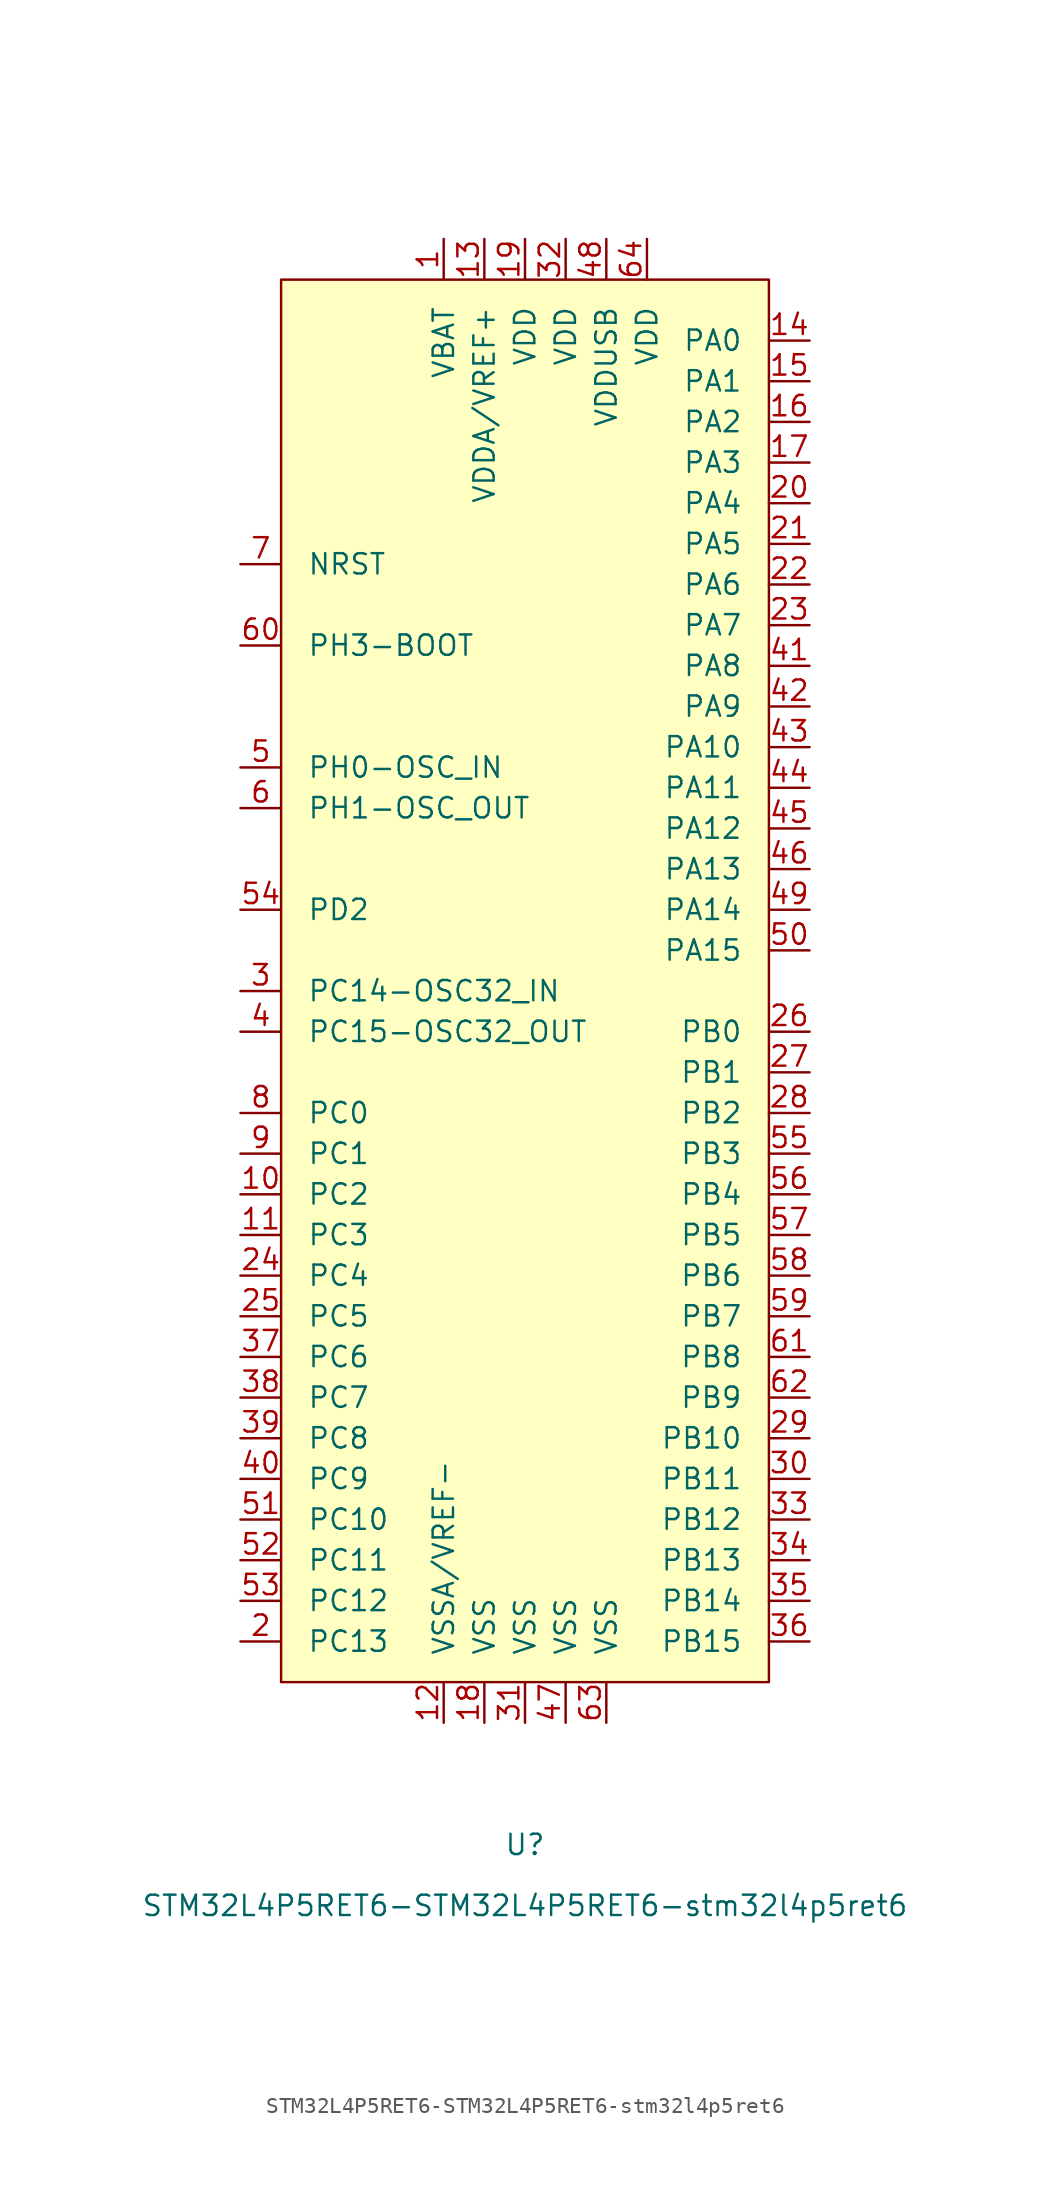
<source format=kicad_sym>
(kicad_symbol_lib
  (version 20231120)
  (generator "kicad_symbol_editor")
  (generator_version "8.0")
  (symbol "STM32L4P5RET6-STM32L4P5RET6-stm32l4p5ret6"
    (pin_names
      (offset 1.626))
    (property "Reference" "U"
      (at 0 -55.88 0)
      (effects (font (size 1.27 1.27))))
    (property "Value" "STM32L4P5RET6-STM32L4P5RET6-stm32l4p5ret6"
      (at 0 -59.69 0)
      (effects (font (size 1.27 1.27))))
    (symbol "STM32L4P5RET6-STM32L4P5RET6-stm32l4p5ret6_0_0"
      (pin power_in line (at -5.08 44.45 270) (length 2.54) (name "VBAT" (effects (font (size 1.27 1.27)))) (number "1" (effects (font (size 1.27 1.27)))))
      (pin bidirectional line (at -17.78 -15.24 0) (length 2.54) (name "PC2" (effects (font (size 1.27 1.27)))) (number "10" (effects (font (size 1.27 1.27)))))
      (pin bidirectional line (at -17.78 -17.78 0) (length 2.54) (name "PC3" (effects (font (size 1.27 1.27)))) (number "11" (effects (font (size 1.27 1.27)))))
      (pin power_in line (at -5.08 -48.26 90) (length 2.54) (name "VSSA/VREF-" (effects (font (size 1.27 1.27)))) (number "12" (effects (font (size 1.27 1.27)))))
      (pin power_in line (at -2.54 44.45 270) (length 2.54) (name "VDDA/VREF+" (effects (font (size 1.27 1.27)))) (number "13" (effects (font (size 1.27 1.27)))))
      (pin bidirectional line (at 17.78 38.1 180) (length 2.54) (name "PA0" (effects (font (size 1.27 1.27)))) (number "14" (effects (font (size 1.27 1.27)))))
      (pin bidirectional line (at 17.78 35.56 180) (length 2.54) (name "PA1" (effects (font (size 1.27 1.27)))) (number "15" (effects (font (size 1.27 1.27)))))
      (pin bidirectional line (at 17.78 33.02 180) (length 2.54) (name "PA2" (effects (font (size 1.27 1.27)))) (number "16" (effects (font (size 1.27 1.27)))))
      (pin bidirectional line (at 17.78 30.48 180) (length 2.54) (name "PA3" (effects (font (size 1.27 1.27)))) (number "17" (effects (font (size 1.27 1.27)))))
      (pin power_in line (at -2.54 -48.26 90) (length 2.54) (name "VSS" (effects (font (size 1.27 1.27)))) (number "18" (effects (font (size 1.27 1.27)))))
      (pin power_in line (at 0 44.45 270) (length 2.54) (name "VDD" (effects (font (size 1.27 1.27)))) (number "19" (effects (font (size 1.27 1.27)))))
      (pin bidirectional line (at -17.78 -43.18 0) (length 2.54) (name "PC13" (effects (font (size 1.27 1.27)))) (number "2" (effects (font (size 1.27 1.27)))))
      (pin bidirectional line (at 17.78 27.94 180) (length 2.54) (name "PA4" (effects (font (size 1.27 1.27)))) (number "20" (effects (font (size 1.27 1.27)))))
      (pin bidirectional line (at 17.78 25.4 180) (length 2.54) (name "PA5" (effects (font (size 1.27 1.27)))) (number "21" (effects (font (size 1.27 1.27)))))
      (pin bidirectional line (at 17.78 22.86 180) (length 2.54) (name "PA6" (effects (font (size 1.27 1.27)))) (number "22" (effects (font (size 1.27 1.27)))))
      (pin bidirectional line (at 17.78 20.32 180) (length 2.54) (name "PA7" (effects (font (size 1.27 1.27)))) (number "23" (effects (font (size 1.27 1.27)))))
      (pin bidirectional line (at -17.78 -20.32 0) (length 2.54) (name "PC4" (effects (font (size 1.27 1.27)))) (number "24" (effects (font (size 1.27 1.27)))))
      (pin bidirectional line (at -17.78 -22.86 0) (length 2.54) (name "PC5" (effects (font (size 1.27 1.27)))) (number "25" (effects (font (size 1.27 1.27)))))
      (pin bidirectional line (at 17.78 -5.08 180) (length 2.54) (name "PB0" (effects (font (size 1.27 1.27)))) (number "26" (effects (font (size 1.27 1.27)))))
      (pin bidirectional line (at 17.78 -7.62 180) (length 2.54) (name "PB1" (effects (font (size 1.27 1.27)))) (number "27" (effects (font (size 1.27 1.27)))))
      (pin bidirectional line (at 17.78 -10.16 180) (length 2.54) (name "PB2" (effects (font (size 1.27 1.27)))) (number "28" (effects (font (size 1.27 1.27)))))
      (pin bidirectional line (at 17.78 -30.48 180) (length 2.54) (name "PB10" (effects (font (size 1.27 1.27)))) (number "29" (effects (font (size 1.27 1.27)))))
      (pin bidirectional line (at -17.78 -2.54 0) (length 2.54) (name "PC14-OSC32_IN" (effects (font (size 1.27 1.27)))) (number "3" (effects (font (size 1.27 1.27)))))
      (pin bidirectional line (at 17.78 -33.02 180) (length 2.54) (name "PB11" (effects (font (size 1.27 1.27)))) (number "30" (effects (font (size 1.27 1.27)))))
      (pin power_in line (at 0 -48.26 90) (length 2.54) (name "VSS" (effects (font (size 1.27 1.27)))) (number "31" (effects (font (size 1.27 1.27)))))
      (pin power_in line (at 2.54 44.45 270) (length 2.54) (name "VDD" (effects (font (size 1.27 1.27)))) (number "32" (effects (font (size 1.27 1.27)))))
      (pin bidirectional line (at 17.78 -35.56 180) (length 2.54) (name "PB12" (effects (font (size 1.27 1.27)))) (number "33" (effects (font (size 1.27 1.27)))))
      (pin bidirectional line (at 17.78 -38.1 180) (length 2.54) (name "PB13" (effects (font (size 1.27 1.27)))) (number "34" (effects (font (size 1.27 1.27)))))
      (pin bidirectional line (at 17.78 -40.64 180) (length 2.54) (name "PB14" (effects (font (size 1.27 1.27)))) (number "35" (effects (font (size 1.27 1.27)))))
      (pin bidirectional line (at 17.78 -43.18 180) (length 2.54) (name "PB15" (effects (font (size 1.27 1.27)))) (number "36" (effects (font (size 1.27 1.27)))))
      (pin bidirectional line (at -17.78 -25.4 0) (length 2.54) (name "PC6" (effects (font (size 1.27 1.27)))) (number "37" (effects (font (size 1.27 1.27)))))
      (pin bidirectional line (at -17.78 -27.94 0) (length 2.54) (name "PC7" (effects (font (size 1.27 1.27)))) (number "38" (effects (font (size 1.27 1.27)))))
      (pin bidirectional line (at -17.78 -30.48 0) (length 2.54) (name "PC8" (effects (font (size 1.27 1.27)))) (number "39" (effects (font (size 1.27 1.27)))))
      (pin bidirectional line (at -17.78 -5.08 0) (length 2.54) (name "PC15-OSC32_OUT" (effects (font (size 1.27 1.27)))) (number "4" (effects (font (size 1.27 1.27)))))
      (pin bidirectional line (at -17.78 -33.02 0) (length 2.54) (name "PC9" (effects (font (size 1.27 1.27)))) (number "40" (effects (font (size 1.27 1.27)))))
      (pin bidirectional line (at 17.78 17.78 180) (length 2.54) (name "PA8" (effects (font (size 1.27 1.27)))) (number "41" (effects (font (size 1.27 1.27)))))
      (pin bidirectional line (at 17.78 15.24 180) (length 2.54) (name "PA9" (effects (font (size 1.27 1.27)))) (number "42" (effects (font (size 1.27 1.27)))))
      (pin bidirectional line (at 17.78 12.7 180) (length 2.54) (name "PA10" (effects (font (size 1.27 1.27)))) (number "43" (effects (font (size 1.27 1.27)))))
      (pin bidirectional line (at 17.78 10.16 180) (length 2.54) (name "PA11" (effects (font (size 1.27 1.27)))) (number "44" (effects (font (size 1.27 1.27)))))
      (pin bidirectional line (at 17.78 7.62 180) (length 2.54) (name "PA12" (effects (font (size 1.27 1.27)))) (number "45" (effects (font (size 1.27 1.27)))))
      (pin bidirectional line (at 17.78 5.08 180) (length 2.54) (name "PA13" (effects (font (size 1.27 1.27)))) (number "46" (effects (font (size 1.27 1.27)))))
      (pin power_in line (at 2.54 -48.26 90) (length 2.54) (name "VSS" (effects (font (size 1.27 1.27)))) (number "47" (effects (font (size 1.27 1.27)))))
      (pin power_in line (at 5.08 44.45 270) (length 2.54) (name "VDDUSB" (effects (font (size 1.27 1.27)))) (number "48" (effects (font (size 1.27 1.27)))))
      (pin bidirectional line (at 17.78 2.54 180) (length 2.54) (name "PA14" (effects (font (size 1.27 1.27)))) (number "49" (effects (font (size 1.27 1.27)))))
      (pin input line (at -17.78 11.43 0) (length 2.54) (name "PH0-OSC_IN" (effects (font (size 1.27 1.27)))) (number "5" (effects (font (size 1.27 1.27)))))
      (pin bidirectional line (at 17.78 0 180) (length 2.54) (name "PA15" (effects (font (size 1.27 1.27)))) (number "50" (effects (font (size 1.27 1.27)))))
      (pin bidirectional line (at -17.78 -35.56 0) (length 2.54) (name "PC10" (effects (font (size 1.27 1.27)))) (number "51" (effects (font (size 1.27 1.27)))))
      (pin bidirectional line (at -17.78 -38.1 0) (length 2.54) (name "PC11" (effects (font (size 1.27 1.27)))) (number "52" (effects (font (size 1.27 1.27)))))
      (pin bidirectional line (at -17.78 -40.64 0) (length 2.54) (name "PC12" (effects (font (size 1.27 1.27)))) (number "53" (effects (font (size 1.27 1.27)))))
      (pin bidirectional line (at -17.78 2.54 0) (length 2.54) (name "PD2" (effects (font (size 1.27 1.27)))) (number "54" (effects (font (size 1.27 1.27)))))
      (pin bidirectional line (at 17.78 -12.7 180) (length 2.54) (name "PB3" (effects (font (size 1.27 1.27)))) (number "55" (effects (font (size 1.27 1.27)))))
      (pin bidirectional line (at 17.78 -15.24 180) (length 2.54) (name "PB4" (effects (font (size 1.27 1.27)))) (number "56" (effects (font (size 1.27 1.27)))))
      (pin bidirectional line (at 17.78 -17.78 180) (length 2.54) (name "PB5" (effects (font (size 1.27 1.27)))) (number "57" (effects (font (size 1.27 1.27)))))
      (pin bidirectional line (at 17.78 -20.32 180) (length 2.54) (name "PB6" (effects (font (size 1.27 1.27)))) (number "58" (effects (font (size 1.27 1.27)))))
      (pin bidirectional line (at 17.78 -22.86 180) (length 2.54) (name "PB7" (effects (font (size 1.27 1.27)))) (number "59" (effects (font (size 1.27 1.27)))))
      (pin input line (at -17.78 8.89 0) (length 2.54) (name "PH1-OSC_OUT" (effects (font (size 1.27 1.27)))) (number "6" (effects (font (size 1.27 1.27)))))
      (pin input line (at -17.78 19.05 0) (length 2.54) (name "PH3-BOOT" (effects (font (size 1.27 1.27)))) (number "60" (effects (font (size 1.27 1.27)))))
      (pin bidirectional line (at 17.78 -25.4 180) (length 2.54) (name "PB8" (effects (font (size 1.27 1.27)))) (number "61" (effects (font (size 1.27 1.27)))))
      (pin bidirectional line (at 17.78 -27.94 180) (length 2.54) (name "PB9" (effects (font (size 1.27 1.27)))) (number "62" (effects (font (size 1.27 1.27)))))
      (pin power_in line (at 5.08 -48.26 90) (length 2.54) (name "VSS" (effects (font (size 1.27 1.27)))) (number "63" (effects (font (size 1.27 1.27)))))
      (pin power_in line (at 7.62 44.45 270) (length 2.54) (name "VDD" (effects (font (size 1.27 1.27)))) (number "64" (effects (font (size 1.27 1.27)))))
      (pin input line (at -17.78 24.13 0) (length 2.54) (name "NRST" (effects (font (size 1.27 1.27)))) (number "7" (effects (font (size 1.27 1.27)))))
      (pin bidirectional line (at -17.78 -10.16 0) (length 2.54) (name "PC0" (effects (font (size 1.27 1.27)))) (number "8" (effects (font (size 1.27 1.27)))))
      (pin bidirectional line (at -17.78 -12.7 0) (length 2.54) (name "PC1" (effects (font (size 1.27 1.27)))) (number "9" (effects (font (size 1.27 1.27))))))
    (symbol "STM32L4P5RET6-STM32L4P5RET6-stm32l4p5ret6_0_1"
      (rectangle (start 15.24 41.91) (end -15.24 -45.72) (stroke (width 0) (type solid)) (fill (type background))))))
</source>
